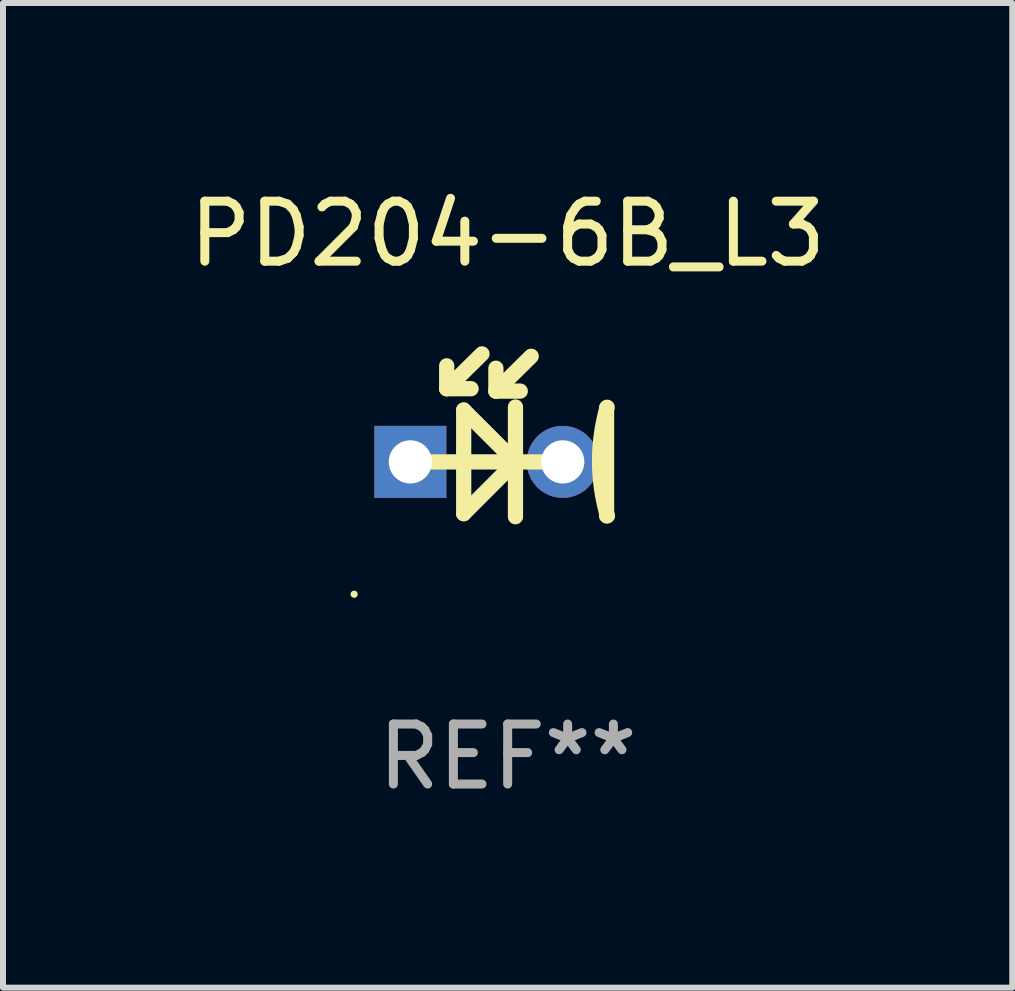
<source format=kicad_pcb>
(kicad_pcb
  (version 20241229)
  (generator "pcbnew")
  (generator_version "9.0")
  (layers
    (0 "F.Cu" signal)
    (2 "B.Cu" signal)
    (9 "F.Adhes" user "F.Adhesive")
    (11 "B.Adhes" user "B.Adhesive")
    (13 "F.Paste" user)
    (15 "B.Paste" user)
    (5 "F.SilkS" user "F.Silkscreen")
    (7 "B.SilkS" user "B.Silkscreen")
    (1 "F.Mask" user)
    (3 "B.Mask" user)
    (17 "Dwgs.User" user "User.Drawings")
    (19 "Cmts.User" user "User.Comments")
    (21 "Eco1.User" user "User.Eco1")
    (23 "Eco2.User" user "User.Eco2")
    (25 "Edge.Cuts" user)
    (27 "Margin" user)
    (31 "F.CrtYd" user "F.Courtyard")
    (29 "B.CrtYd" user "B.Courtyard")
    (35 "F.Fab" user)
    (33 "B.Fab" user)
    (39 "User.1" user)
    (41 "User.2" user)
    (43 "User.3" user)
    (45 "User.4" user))
  (footprint "PD204-6B_L3"
    (layer "F.Cu")
    (at 5.411 4.205)
    (property "Reference" "PD204-6B_L3" (at 0 -3.357 0) (layer "F.SilkS") (effects (font (size 1 1) (thickness 0.15))))
    (attr through_hole)
    (fp_line (start -1.648 0.443) (end 0.918 0.443) (stroke (width 0.254) (type solid)) (layer "F.SilkS"))
    (fp_line (start -1.016 -0.777) (end -1.016 -1.158) (stroke (width 0.254) (type solid)) (layer "F.SilkS"))
    (fp_line (start -1.016 -0.777) (end -0.61 -0.777) (stroke (width 0.254) (type solid)) (layer "F.SilkS"))
    (fp_line (start -0.733 -0.421) (end -0.733 1.306) (stroke (width 0.254) (type solid)) (layer "F.SilkS"))
    (fp_line (start -0.733 1.306) (end 0.105 0.468) (stroke (width 0.254) (type solid)) (layer "F.SilkS"))
    (fp_line (start -0.428 -1.357) (end -1.016 -0.777) (stroke (width 0.254) (type solid)) (layer "F.SilkS"))
    (fp_line (start -0.196 -0.737) (end -0.196 -1.118) (stroke (width 0.254) (type solid)) (layer "F.SilkS"))
    (fp_line (start -0.196 -0.737) (end 0.21 -0.737) (stroke (width 0.254) (type solid)) (layer "F.SilkS"))
    (fp_line (start 0.105 0.417) (end -0.733 -0.421) (stroke (width 0.254) (type solid)) (layer "F.SilkS"))
    (fp_line (start 0.105 0.468) (end 0.13 0.468) (stroke (width 0.254) (type solid)) (layer "F.SilkS"))
    (fp_line (start 0.13 -0.472) (end 0.13 1.357) (stroke (width 0.254) (type solid)) (layer "F.SilkS"))
    (fp_line (start 0.392 -1.317) (end -0.196 -0.737) (stroke (width 0.254) (type solid)) (layer "F.SilkS"))
    (fp_line (start 1.648 -0.457) (end 1.648 1.343) (stroke (width 0.254) (type solid)) (layer "F.SilkS"))
    (fp_arc (start 1.662713 1.341682) (mid 1.531843 0.437605) (end 1.657709 -0.467183) (stroke (width 0.254001) (type solid)) (layer "F.SilkS"))
    (fp_circle (center -2.559 2.649) (end -2.529 2.649) (stroke (width 0.06) (type solid)) (fill no) (layer "F.SilkS"))
    (fp_text user "REF**" (at 0 5.357 0) (layer "F.Fab") (effects (font (size 1 1) (thickness 0.15))))
    (pad "1" thru_hole rect (at -1.622 0.443) (size 1.2 1.2) (drill 0.72) (layers "*.Cu" "*.Mask"))
    (pad "2" thru_hole circle (at 0.918 0.443) (size 1.2 1.2) (drill 0.72) (layers "*.Cu" "*.Mask")))
  (gr_rect
    (start -3 -3)
    (end 13.821 13.411)
    (stroke (width 0.1) (type default))
    (fill no)
    (layer "Edge.Cuts")))
</source>
